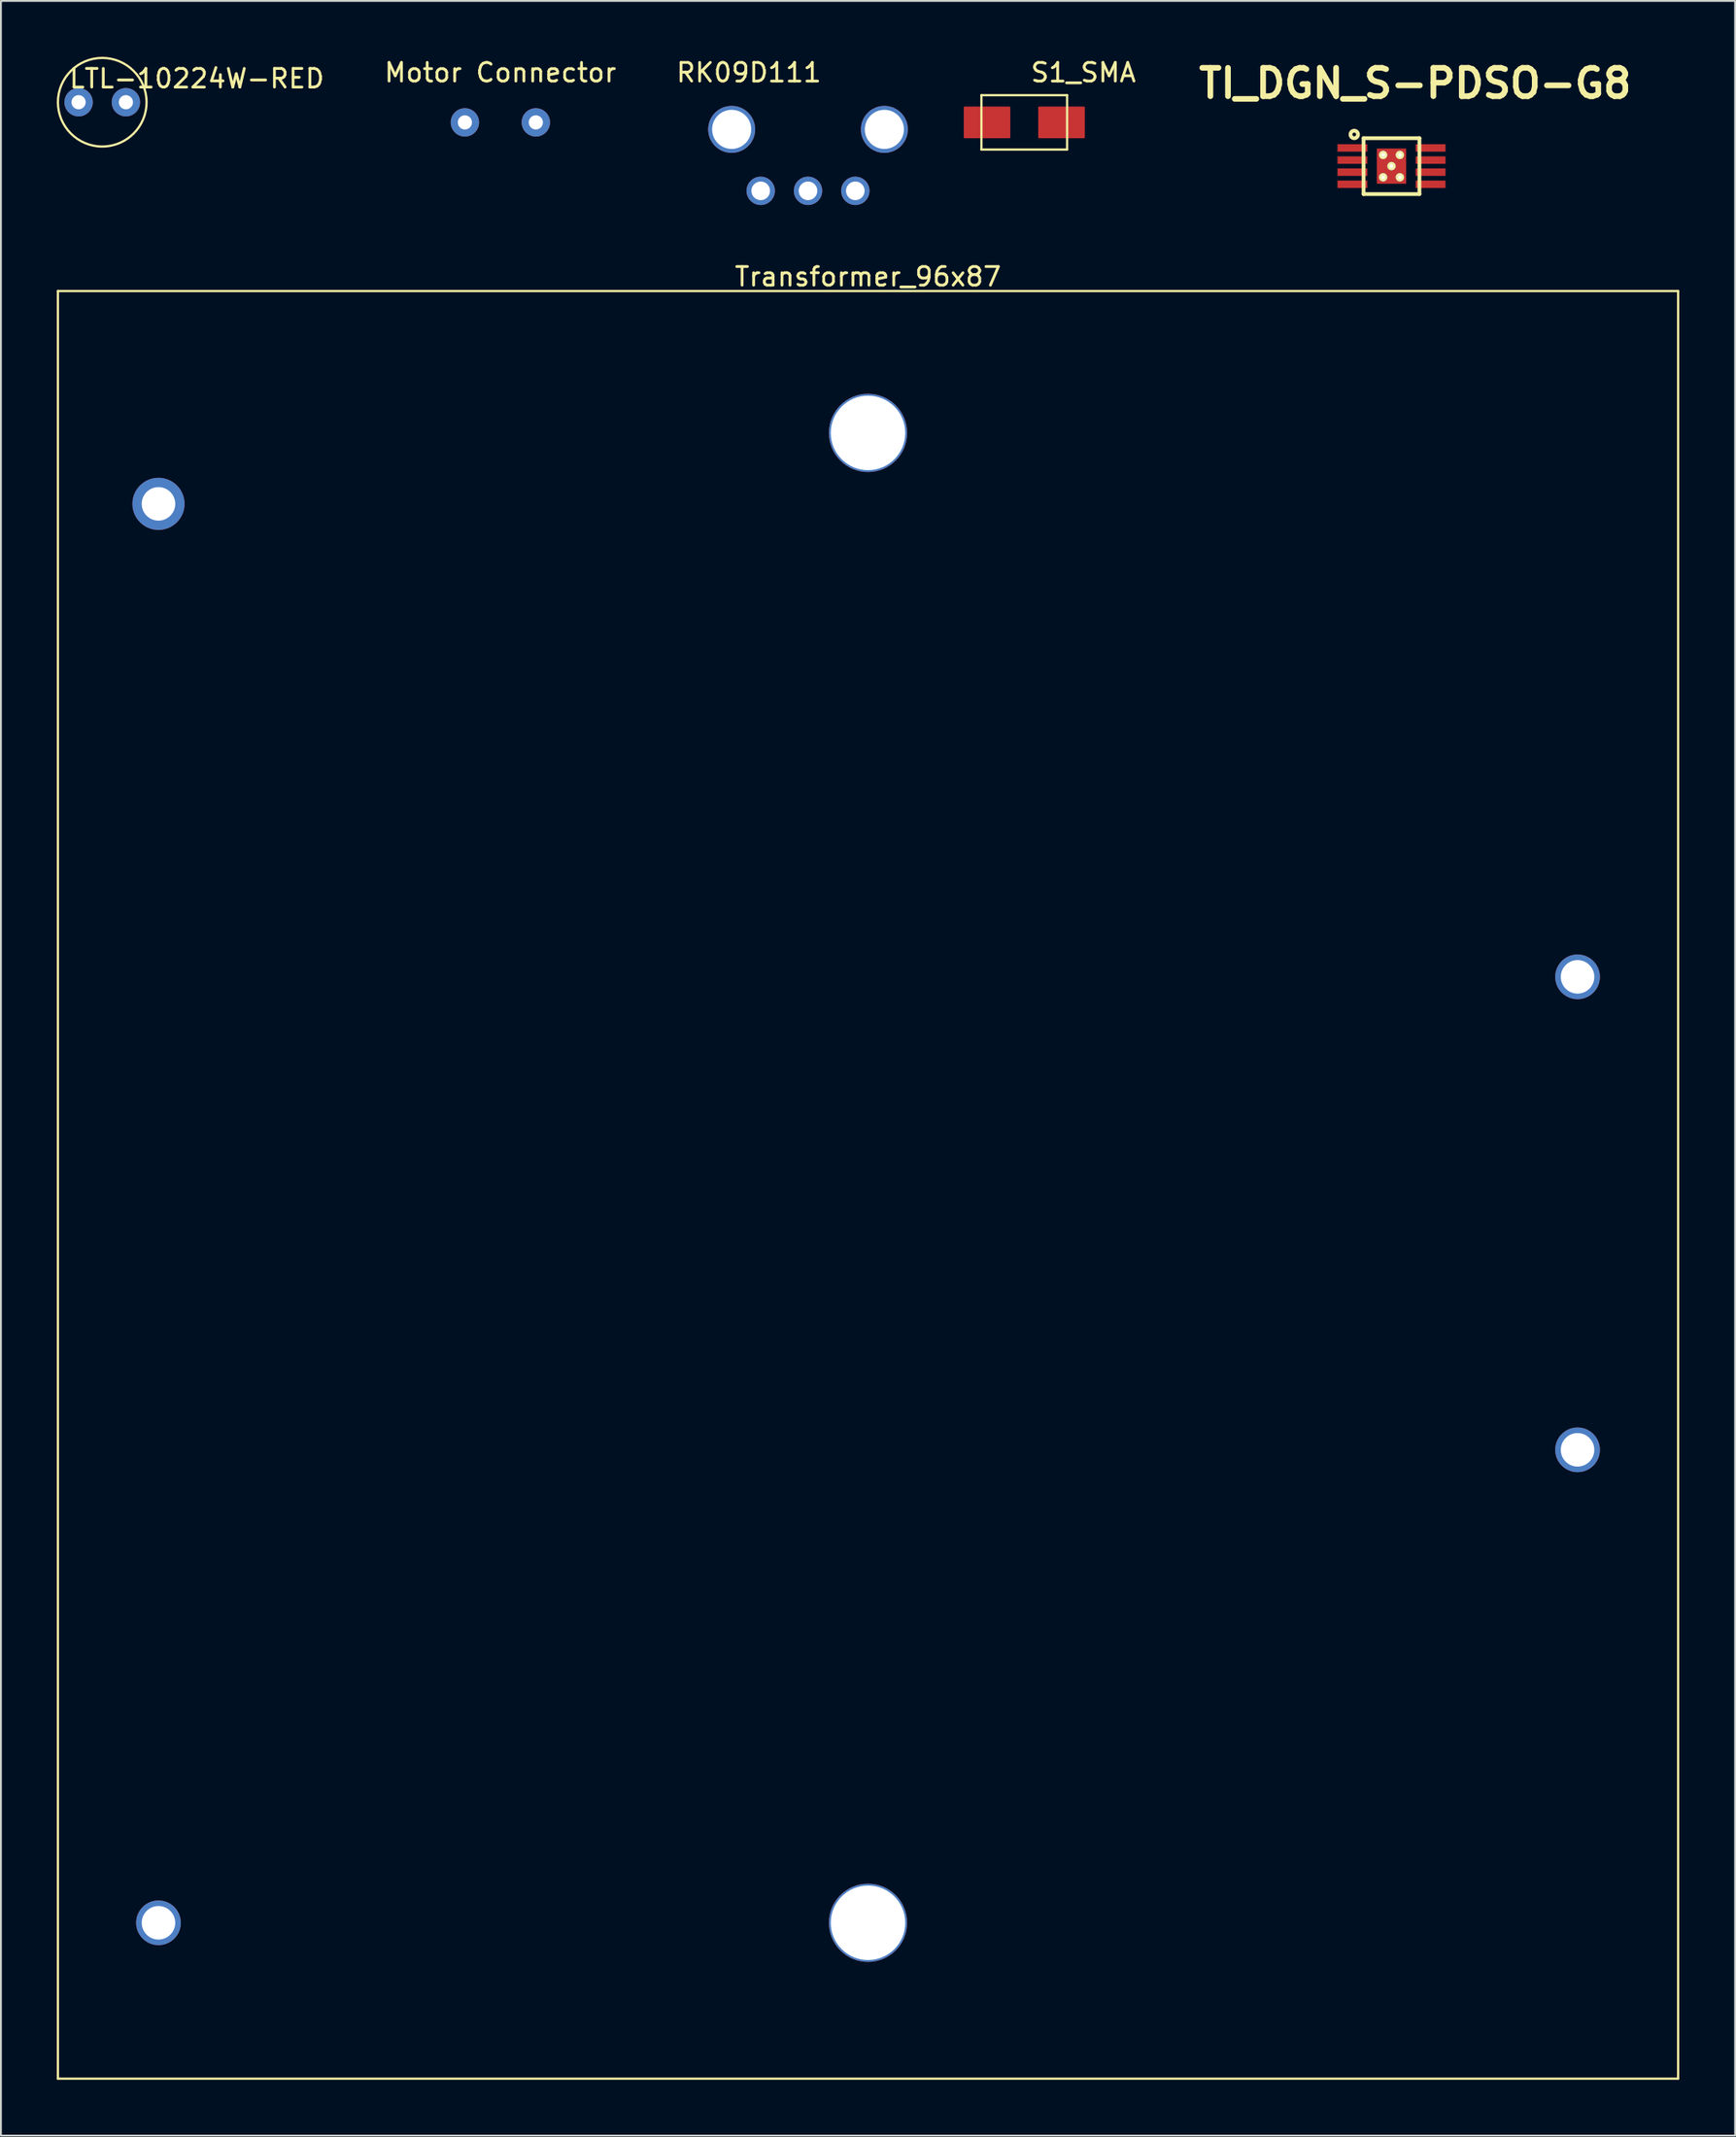
<source format=kicad_pcb>
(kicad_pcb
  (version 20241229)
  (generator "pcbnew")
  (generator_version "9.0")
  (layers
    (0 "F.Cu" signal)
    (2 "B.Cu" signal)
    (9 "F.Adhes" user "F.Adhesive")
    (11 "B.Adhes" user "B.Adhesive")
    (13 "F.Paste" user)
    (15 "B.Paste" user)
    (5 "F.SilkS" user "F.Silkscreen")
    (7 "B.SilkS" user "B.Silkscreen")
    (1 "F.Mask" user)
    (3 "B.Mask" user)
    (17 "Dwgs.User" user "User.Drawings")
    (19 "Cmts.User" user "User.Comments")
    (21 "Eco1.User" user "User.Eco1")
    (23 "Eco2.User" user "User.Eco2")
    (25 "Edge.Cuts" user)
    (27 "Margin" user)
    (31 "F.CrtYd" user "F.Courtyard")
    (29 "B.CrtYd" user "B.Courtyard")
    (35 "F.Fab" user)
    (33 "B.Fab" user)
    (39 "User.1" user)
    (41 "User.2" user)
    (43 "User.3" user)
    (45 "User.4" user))
  (footprint "S1_SMA"
    (layer "F.Cu")
    (at 51.95 3.523)
    (property "Reference" "S1_SMA" (at 3.175 -2.675 0) (layer "F.SilkS") (effects (font (size 1 1) (thickness 0.15))))
    (attr through_hole)
    (fp_line (start -2.3 -1.46) (end -2.3 1.46) (stroke (width 0.12) (type solid)) (layer "F.SilkS"))
    (fp_line (start 2.3 -1.46) (end -2.3 -1.46) (stroke (width 0.12) (type solid)) (layer "F.SilkS"))
    (fp_line (start 2.3 -1.46) (end 2.3 1.46) (stroke (width 0.12) (type solid)) (layer "F.SilkS"))
    (fp_line (start 2.3 1.46) (end -2.3 1.46) (stroke (width 0.12) (type solid)) (layer "F.SilkS"))
    (pad "1" smd roundrect (at -2 0) (size 2.5 1.7) (layers "F.Cu" "F.Mask" "F.Paste") (roundrect_rratio 0.03))
    (pad "2" smd roundrect (at 2 0) (size 2.5 1.7) (layers "F.Cu" "F.Mask" "F.Paste") (roundrect_rratio 0.03)))
  (footprint "LTL-10224W-RED"
    (layer "F.Cu")
    (at 2.44 2.44)
    (property "Reference" "LTL-10224W-RED" (at 5.08 -1.27 0) (layer "F.SilkS") (effects (font (size 1 1) (thickness 0.15))))
    (attr through_hole)
    (fp_circle (center 0 0) (end 2.38 0) (stroke (width 0.12) (type solid)) (fill no) (layer "F.SilkS"))
    (pad "1" thru_hole circle (at -1.27 0) (size 1.524 1.524) (drill 0.762) (layers "*.Cu" "*.Mask"))
    (pad "2" thru_hole circle (at 1.27 0) (size 1.524 1.524) (drill 0.762) (layers "*.Cu" "*.Mask")))
  (footprint "TI_DGN_S-PDSO-G8"
    (layer "F.Cu")
    (at 71.669 5.871)
    (property "Reference" "TI_DGN_S-PDSO-G8" (at 1.27 -4.445 0) (layer "F.SilkS") (effects (font (size 1.524 1.524) (thickness 0.305))))
    (attr through_hole)
    (fp_line (start -1.5 -1.5) (end 1.5 -1.5) (stroke (width 0.203) (type solid)) (layer "F.SilkS"))
    (fp_line (start -1.5 1.5) (end -1.5 -1.5) (stroke (width 0.203) (type solid)) (layer "F.SilkS"))
    (fp_line (start 1.5 -1.5) (end 1.5 1.5) (stroke (width 0.203) (type solid)) (layer "F.SilkS"))
    (fp_line (start 1.5 1.5) (end -1.5 1.5) (stroke (width 0.203) (type solid)) (layer "F.SilkS"))
    (fp_circle (center -2 -1.7) (end -1.9 -1.7) (stroke (width 0.203) (type solid)) (fill no) (layer "F.SilkS"))
    (pad "1" smd rect (at -2.1 -0.975) (size 1.6 0.4) (layers "F.Cu" "F.Mask" "F.Paste"))
    (pad "2" smd rect (at -2.1 -0.325) (size 1.6 0.4) (layers "F.Cu" "F.Mask" "F.Paste"))
    (pad "3" smd rect (at -2.1 0.325) (size 1.6 0.4) (layers "F.Cu" "F.Mask" "F.Paste"))
    (pad "4" smd rect (at -2.1 0.975) (size 1.6 0.4) (layers "F.Cu" "F.Mask" "F.Paste"))
    (pad "5" smd rect (at 2.1 0.975) (size 1.6 0.4) (layers "F.Cu" "F.Mask" "F.Paste"))
    (pad "6" smd rect (at 2.1 0.325) (size 1.6 0.4) (layers "F.Cu" "F.Mask" "F.Paste"))
    (pad "7" smd rect (at 2.1 -0.325) (size 1.6 0.4) (layers "F.Cu" "F.Mask" "F.Paste"))
    (pad "8" smd rect (at 2.1 -0.975) (size 1.6 0.4) (layers "F.Cu" "F.Mask" "F.Paste"))
    (pad "9" thru_hole circle (at -0.45 -0.6) (size 0.45 0.45) (drill 0.203) (layers "*.Cu" "*.Mask" "F.SilkS"))
    (pad "9" thru_hole circle (at -0.45 0.6) (size 0.45 0.45) (drill 0.203) (layers "*.Cu" "*.Mask" "F.SilkS"))
    (pad "9" thru_hole circle (at 0 0) (size 0.45 0.45) (drill 0.203) (layers "*.Cu" "*.Mask" "F.SilkS"))
    (pad "9" smd rect (at 0 0) (size 1.57 1.89) (layers "F.Cu" "F.Mask" "F.Paste"))
    (pad "9" thru_hole circle (at 0.45 -0.6) (size 0.45 0.45) (drill 0.203) (layers "*.Cu" "*.Mask" "F.SilkS"))
    (pad "9" thru_hole circle (at 0.45 0.6) (size 0.45 0.45) (drill 0.203) (layers "*.Cu" "*.Mask" "F.SilkS")))
  (footprint "Motor Connector"
    (layer "F.Cu")
    (at 23.818 0.348)
    (property "Reference" "Motor Connector" (at 0 0.5 0) (layer "F.SilkS") (effects (font (size 1 1) (thickness 0.15))))
    (attr through_hole)
    (pad "1" thru_hole circle (at -1.905 3.175) (size 1.524 1.524) (drill 0.762) (layers "*.Cu" "*.Mask"))
    (pad "2" thru_hole circle (at 1.905 3.175) (size 1.524 1.524) (drill 0.762) (layers "*.Cu" "*.Mask")))
  (footprint "Transformer_96x87"
    (layer "F.Cu")
    (at 43.56 11.309)
    (property "Reference" "Transformer_96x87" (at 0 0.5 0) (layer "F.SilkS") (effects (font (size 1 1) (thickness 0.15))))
    (attr through_hole)
    (fp_line (start -43.5 1.27) (end -43.5 97.27) (stroke (width 0.12) (type solid)) (layer "F.SilkS"))
    (fp_line (start -43.5 1.27) (end 43.5 1.27) (stroke (width 0.12) (type solid)) (layer "F.SilkS"))
    (fp_line (start -43.5 97.27) (end 43.5 97.27) (stroke (width 0.12) (type solid)) (layer "F.SilkS"))
    (fp_line (start 43.5 1.27) (end 43.5 97.27) (stroke (width 0.12) (type solid)) (layer "F.SilkS"))
    (pad "1" thru_hole circle (at -38.1 12.7) (size 2.8 2.8) (drill 1.8) (layers "*.Cu" "*.Mask"))
    (pad "2" thru_hole circle (at -38.1 88.9) (size 2.4 2.4) (drill 1.8) (layers "*.Cu" "*.Mask"))
    (pad "3" thru_hole circle (at 38.1 38.1) (size 2.4 2.4) (drill 1.8) (layers "*.Cu" "*.Mask"))
    (pad "4" thru_hole circle (at 38.1 63.5) (size 2.4 2.4) (drill 1.8) (layers "*.Cu" "*.Mask"))
    (pad "5" thru_hole circle (at 0 8.89) (size 4.2 4.2) (drill 4) (layers "*.Cu" "*.Mask"))
    (pad "5" thru_hole circle (at 0 88.9) (size 4.2 4.2) (drill 4) (layers "*.Cu" "*.Mask")))
  (footprint "RK09D111"
    (layer "F.Cu")
    (at 40.338 7.198)
    (property "Reference" "RK09D111" (at -3.175 -6.35 0) (layer "F.SilkS") (effects (font (size 1 1) (thickness 0.15))))
    (attr through_hole)
    (pad "" thru_hole circle (at -4.1 -3.3) (size 2.524 2.524) (drill 2.1) (layers "*.Cu" "*.Mask"))
    (pad "" thru_hole circle (at 4.1 -3.3) (size 2.524 2.524) (drill 2.1) (layers "*.Cu" "*.Mask"))
    (pad "1" thru_hole circle (at -2.54 0) (size 1.524 1.524) (drill 1) (layers "*.Cu" "*.Mask"))
    (pad "2" thru_hole circle (at 0 0) (size 1.524 1.524) (drill 1) (layers "*.Cu" "*.Mask"))
    (pad "3" thru_hole circle (at 2.54 0) (size 1.524 1.524) (drill 1) (layers "*.Cu" "*.Mask")))
  (gr_rect
    (start -3 -3)
    (end 90.12 111.638)
    (stroke (width 0.1) (type default))
    (fill no)
    (layer "Edge.Cuts")))
</source>
